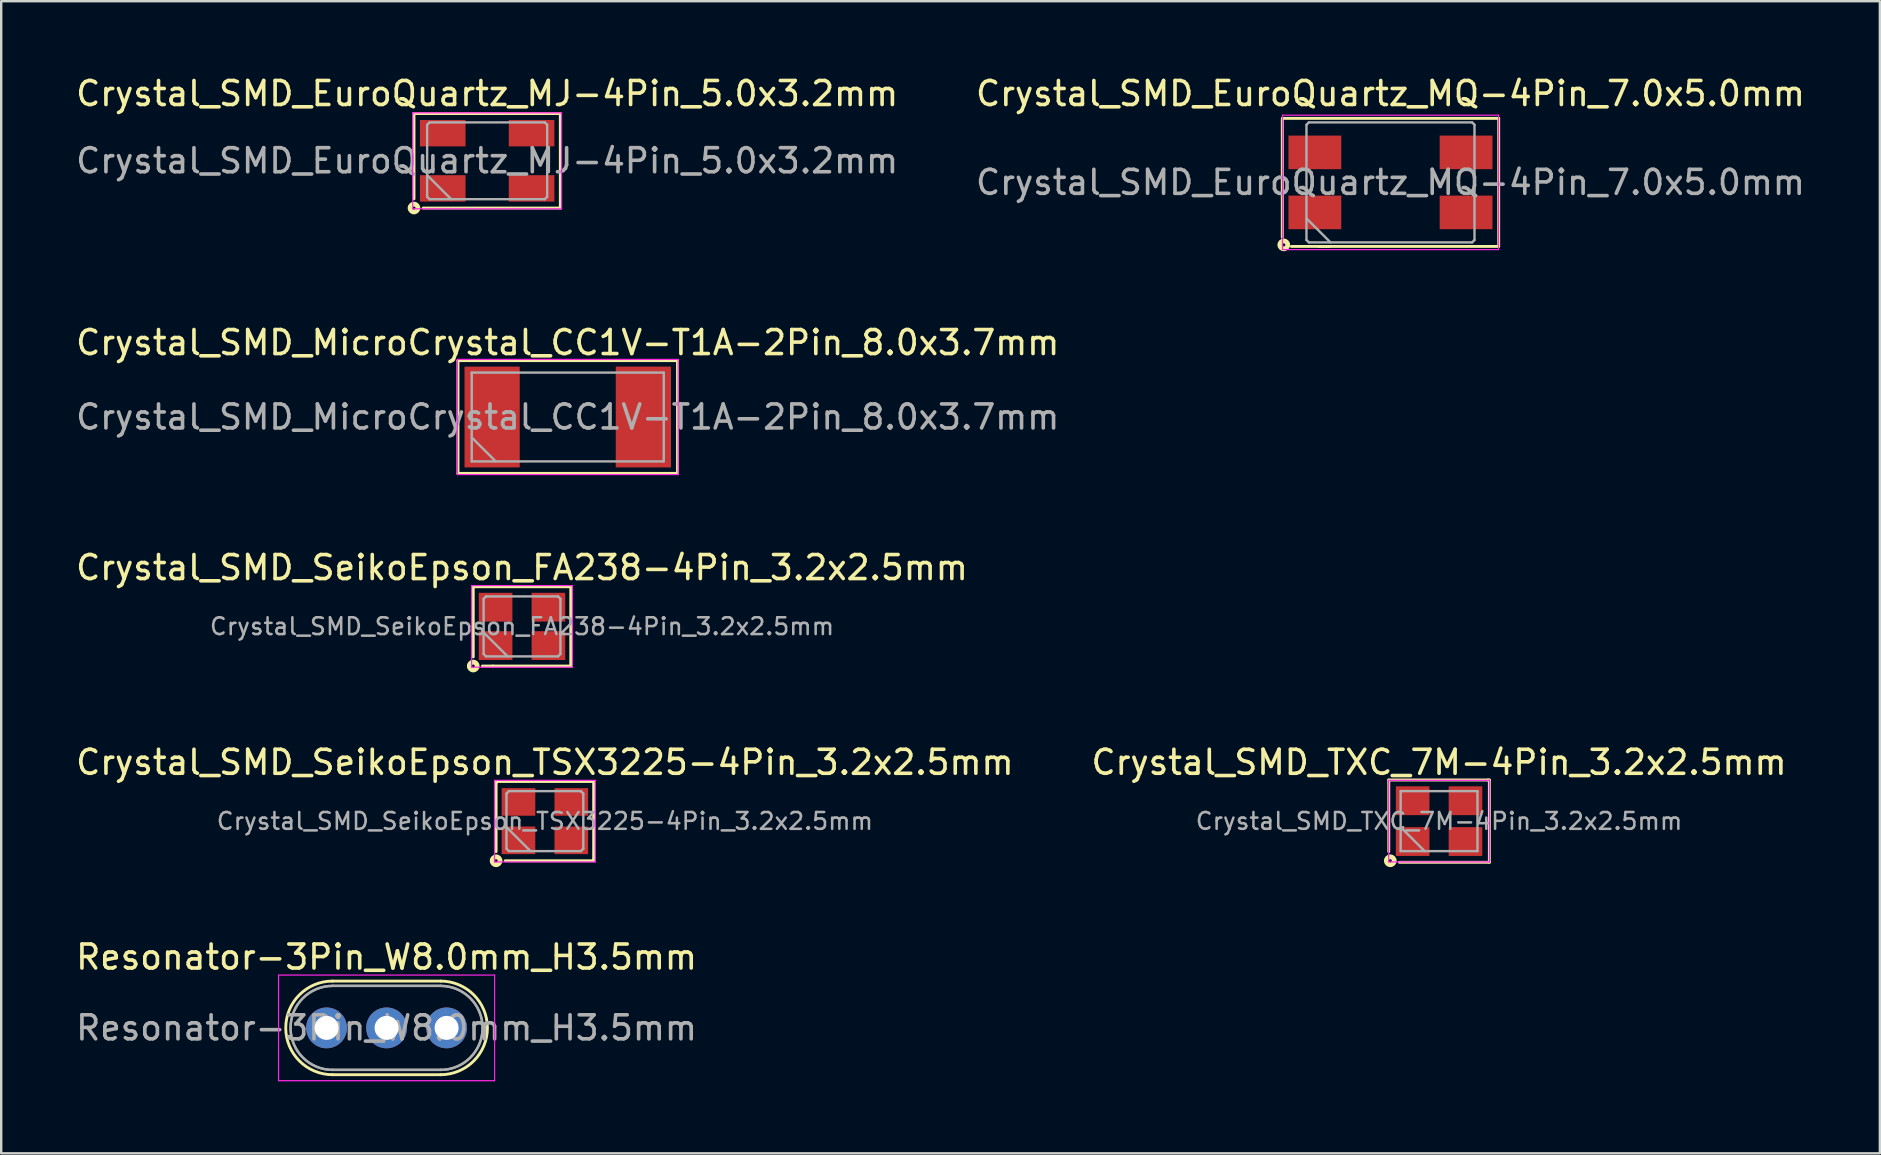
<source format=kicad_pcb>
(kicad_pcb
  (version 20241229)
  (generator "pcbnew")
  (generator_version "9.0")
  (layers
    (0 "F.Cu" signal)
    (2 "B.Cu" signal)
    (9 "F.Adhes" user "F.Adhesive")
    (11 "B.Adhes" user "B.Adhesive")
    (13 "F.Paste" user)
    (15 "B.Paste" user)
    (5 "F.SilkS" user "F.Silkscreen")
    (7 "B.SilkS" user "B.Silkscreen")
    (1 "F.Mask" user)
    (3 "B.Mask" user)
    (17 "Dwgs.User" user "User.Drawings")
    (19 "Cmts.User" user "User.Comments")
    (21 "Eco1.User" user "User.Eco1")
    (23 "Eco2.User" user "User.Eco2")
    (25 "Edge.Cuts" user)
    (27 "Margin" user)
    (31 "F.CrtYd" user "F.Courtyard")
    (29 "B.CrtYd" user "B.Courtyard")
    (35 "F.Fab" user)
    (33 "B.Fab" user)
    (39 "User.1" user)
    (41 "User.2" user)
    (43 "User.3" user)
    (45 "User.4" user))
  (footprint "Crystal_SMD_EuroQuartz_MQ-4Pin_7.0x5.0mm"
    (layer "F.Cu")
    (at 54.875 4.548)
    (property "Reference" "Crystal_SMD_EuroQuartz_MQ-4Pin_7.0x5.0mm" (at 0 -3.7 0) (layer "F.SilkS") (effects (font (size 1 1) (thickness 0.15))))
    (attr smd)
    (fp_line (start -4.508 -2.667) (end 4.508 -2.667) (stroke (width 0.12) (type solid)) (layer "F.SilkS"))
    (fp_line (start -4.508 -2.603) (end -4.508 2.286) (stroke (width 0.12) (type solid)) (layer "F.SilkS"))
    (fp_line (start -2.54 2.667) (end -4.128 2.667) (stroke (width 0.12) (type solid)) (layer "F.SilkS"))
    (fp_line (start 4.508 -2.667) (end 4.508 2.667) (stroke (width 0.12) (type solid)) (layer "F.SilkS"))
    (fp_line (start 4.508 2.667) (end -2.985 2.667) (stroke (width 0.12) (type solid)) (layer "F.SilkS"))
    (fp_circle (center -4.445 2.603) (end -4.381 2.603) (stroke (width 0.2) (type solid)) (fill no) (layer "F.SilkS"))
    (fp_line (start -4.5 -2.8) (end -4.5 2.8) (stroke (width 0.05) (type solid)) (layer "F.CrtYd"))
    (fp_line (start -4.5 2.8) (end 4.5 2.8) (stroke (width 0.05) (type solid)) (layer "F.CrtYd"))
    (fp_line (start 4.5 -2.8) (end -4.5 -2.8) (stroke (width 0.05) (type solid)) (layer "F.CrtYd"))
    (fp_line (start 4.5 2.8) (end 4.5 -2.8) (stroke (width 0.05) (type solid)) (layer "F.CrtYd"))
    (fp_line (start -3.5 -2.4) (end -3.4 -2.5) (stroke (width 0.1) (type solid)) (layer "F.Fab"))
    (fp_line (start -3.5 1.5) (end -2.5 2.5) (stroke (width 0.1) (type solid)) (layer "F.Fab"))
    (fp_line (start -3.5 2.4) (end -3.5 -2.4) (stroke (width 0.1) (type solid)) (layer "F.Fab"))
    (fp_line (start -3.4 -2.5) (end 3.4 -2.5) (stroke (width 0.1) (type solid)) (layer "F.Fab"))
    (fp_line (start -3.4 2.5) (end -3.5 2.4) (stroke (width 0.1) (type solid)) (layer "F.Fab"))
    (fp_line (start 3.4 -2.5) (end 3.5 -2.4) (stroke (width 0.1) (type solid)) (layer "F.Fab"))
    (fp_line (start 3.4 2.5) (end -3.4 2.5) (stroke (width 0.1) (type solid)) (layer "F.Fab"))
    (fp_line (start 3.5 -2.4) (end 3.5 2.4) (stroke (width 0.1) (type solid)) (layer "F.Fab"))
    (fp_line (start 3.5 2.4) (end 3.4 2.5) (stroke (width 0.1) (type solid)) (layer "F.Fab"))
    (fp_text user "${REFERENCE}" (at 0 0 0) (layer "F.Fab") (effects (font (size 1 1) (thickness 0.15))))
    (pad "1" smd rect (at -3.15 1.25) (size 2.2 1.4) (layers "F.Cu" "F.Mask" "F.Paste"))
    (pad "2" smd rect (at 3.15 1.25) (size 2.2 1.4) (layers "F.Cu" "F.Mask" "F.Paste"))
    (pad "3" smd rect (at 3.15 -1.25) (size 2.2 1.4) (layers "F.Cu" "F.Mask" "F.Paste"))
    (pad "4" smd rect (at -3.15 -1.25) (size 2.2 1.4) (layers "F.Cu" "F.Mask" "F.Paste")))
  (footprint "Crystal_SMD_EuroQuartz_MJ-4Pin_5.0x3.2mm"
    (layer "F.Cu")
    (at 17.244 3.648)
    (property "Reference" "Crystal_SMD_EuroQuartz_MJ-4Pin_5.0x3.2mm" (at 0 -2.8 0) (layer "F.SilkS") (effects (font (size 1 1) (thickness 0.15))))
    (attr smd)
    (fp_line (start -3.048 -1.968) (end 3.048 -1.968) (stroke (width 0.12) (type solid)) (layer "F.SilkS"))
    (fp_line (start -3.048 1.587) (end -3.048 -1.968) (stroke (width 0.12) (type solid)) (layer "F.SilkS"))
    (fp_line (start 3.048 -1.968) (end 3.048 1.968) (stroke (width 0.12) (type solid)) (layer "F.SilkS"))
    (fp_line (start 3.048 1.968) (end -2.667 1.968) (stroke (width 0.12) (type solid)) (layer "F.SilkS"))
    (fp_circle (center -3.048 1.968) (end -2.985 1.968) (stroke (width 0.2) (type solid)) (fill no) (layer "F.SilkS"))
    (fp_line (start -3.1 -2) (end -3.1 2) (stroke (width 0.05) (type solid)) (layer "F.CrtYd"))
    (fp_line (start -3.1 2) (end 3.1 2) (stroke (width 0.05) (type solid)) (layer "F.CrtYd"))
    (fp_line (start 3.1 -2) (end -3.1 -2) (stroke (width 0.05) (type solid)) (layer "F.CrtYd"))
    (fp_line (start 3.1 2) (end 3.1 -2) (stroke (width 0.05) (type solid)) (layer "F.CrtYd"))
    (fp_line (start -2.5 -1.5) (end -2.4 -1.6) (stroke (width 0.1) (type solid)) (layer "F.Fab"))
    (fp_line (start -2.5 0.6) (end -1.5 1.6) (stroke (width 0.1) (type solid)) (layer "F.Fab"))
    (fp_line (start -2.5 1.5) (end -2.5 -1.5) (stroke (width 0.1) (type solid)) (layer "F.Fab"))
    (fp_line (start -2.4 -1.6) (end 2.4 -1.6) (stroke (width 0.1) (type solid)) (layer "F.Fab"))
    (fp_line (start -2.4 1.6) (end -2.5 1.5) (stroke (width 0.1) (type solid)) (layer "F.Fab"))
    (fp_line (start 2.4 -1.6) (end 2.5 -1.5) (stroke (width 0.1) (type solid)) (layer "F.Fab"))
    (fp_line (start 2.4 1.6) (end -2.4 1.6) (stroke (width 0.1) (type solid)) (layer "F.Fab"))
    (fp_line (start 2.5 -1.5) (end 2.5 1.5) (stroke (width 0.1) (type solid)) (layer "F.Fab"))
    (fp_line (start 2.5 1.5) (end 2.4 1.6) (stroke (width 0.1) (type solid)) (layer "F.Fab"))
    (fp_text user "${REFERENCE}" (at 0 0 0) (layer "F.Fab") (effects (font (size 1 1) (thickness 0.15))))
    (pad "1" smd rect (at -1.85 1.15) (size 1.9 1.1) (layers "F.Cu" "F.Mask" "F.Paste"))
    (pad "2" smd rect (at 1.85 1.15) (size 1.9 1.1) (layers "F.Cu" "F.Mask" "F.Paste"))
    (pad "3" smd rect (at 1.85 -1.15) (size 1.9 1.1) (layers "F.Cu" "F.Mask" "F.Paste"))
    (pad "4" smd rect (at -1.85 -1.15) (size 1.9 1.1) (layers "F.Cu" "F.Mask" "F.Paste")))
  (footprint "Crystal_SMD_SeikoEpson_TSX3225-4Pin_3.2x2.5mm"
    (layer "F.Cu")
    (at 19.649 31.157)
    (property "Reference" "Crystal_SMD_SeikoEpson_TSX3225-4Pin_3.2x2.5mm" (at 0 -2.45 0) (layer "F.SilkS") (effects (font (size 1 1) (thickness 0.15))))
    (attr smd)
    (fp_line (start -2.032 -1.651) (end 2.032 -1.651) (stroke (width 0.12) (type solid)) (layer "F.SilkS"))
    (fp_line (start -2.032 -1.587) (end -2.032 -1.651) (stroke (width 0.12) (type solid)) (layer "F.SilkS"))
    (fp_line (start -2.032 1.27) (end -2.032 -1.587) (stroke (width 0.12) (type solid)) (layer "F.SilkS"))
    (fp_line (start 2.032 -1.651) (end 2.032 1.587) (stroke (width 0.12) (type solid)) (layer "F.SilkS"))
    (fp_line (start 2.032 1.587) (end 2.032 1.651) (stroke (width 0.12) (type solid)) (layer "F.SilkS"))
    (fp_line (start 2.032 1.651) (end -1.651 1.651) (stroke (width 0.12) (type solid)) (layer "F.SilkS"))
    (fp_circle (center -2.032 1.651) (end -1.968 1.651) (stroke (width 0.2) (type solid)) (fill no) (layer "F.SilkS"))
    (fp_line (start -2.1 -1.7) (end -2.1 1.7) (stroke (width 0.05) (type solid)) (layer "F.CrtYd"))
    (fp_line (start -2.1 1.7) (end 2.1 1.7) (stroke (width 0.05) (type solid)) (layer "F.CrtYd"))
    (fp_line (start 2.1 -1.7) (end -2.1 -1.7) (stroke (width 0.05) (type solid)) (layer "F.CrtYd"))
    (fp_line (start 2.1 1.7) (end 2.1 -1.7) (stroke (width 0.05) (type solid)) (layer "F.CrtYd"))
    (fp_line (start -1.6 -1.15) (end -1.5 -1.25) (stroke (width 0.1) (type solid)) (layer "F.Fab"))
    (fp_line (start -1.6 0.25) (end -0.6 1.25) (stroke (width 0.1) (type solid)) (layer "F.Fab"))
    (fp_line (start -1.6 1.15) (end -1.6 -1.15) (stroke (width 0.1) (type solid)) (layer "F.Fab"))
    (fp_line (start -1.5 -1.25) (end 1.5 -1.25) (stroke (width 0.1) (type solid)) (layer "F.Fab"))
    (fp_line (start -1.5 1.25) (end -1.6 1.15) (stroke (width 0.1) (type solid)) (layer "F.Fab"))
    (fp_line (start 1.5 -1.25) (end 1.6 -1.15) (stroke (width 0.1) (type solid)) (layer "F.Fab"))
    (fp_line (start 1.5 1.25) (end -1.5 1.25) (stroke (width 0.1) (type solid)) (layer "F.Fab"))
    (fp_line (start 1.6 -1.15) (end 1.6 1.15) (stroke (width 0.1) (type solid)) (layer "F.Fab"))
    (fp_line (start 1.6 1.15) (end 1.5 1.25) (stroke (width 0.1) (type solid)) (layer "F.Fab"))
    (fp_text user "${REFERENCE}" (at 0 0 0) (layer "F.Fab") (effects (font (size 0.7 0.7) (thickness 0.105))))
    (pad "1" smd rect (at -1.1 0.8) (size 1.4 1.15) (layers "F.Cu" "F.Mask" "F.Paste"))
    (pad "2" smd rect (at 1.1 0.8) (size 1.4 1.15) (layers "F.Cu" "F.Mask" "F.Paste"))
    (pad "3" smd rect (at 1.1 -0.8) (size 1.4 1.15) (layers "F.Cu" "F.Mask" "F.Paste"))
    (pad "4" smd rect (at -1.1 -0.8) (size 1.4 1.15) (layers "F.Cu" "F.Mask" "F.Paste")))
  (footprint "Resonator-3Pin_W8.0mm_H3.5mm"
    (layer "F.Cu")
    (at 10.554 39.77)
    (property "Reference" "Resonator-3Pin_W8.0mm_H3.5mm" (at 2.5 -2.95 0) (layer "F.SilkS") (effects (font (size 1 1) (thickness 0.15))))
    (attr through_hole)
    (fp_line (start 0.25 -1.95) (end 4.75 -1.95) (stroke (width 0.12) (type solid)) (layer "F.SilkS"))
    (fp_line (start 0.25 1.95) (end 4.75 1.95) (stroke (width 0.12) (type solid)) (layer "F.SilkS"))
    (fp_arc (start 0.25 1.95) (mid -1.7 0) (end 0.25 -1.95) (stroke (width 0.12) (type solid)) (layer "F.SilkS"))
    (fp_arc (start 4.75 -1.95) (mid 6.7 0) (end 4.75 1.95) (stroke (width 0.12) (type solid)) (layer "F.SilkS"))
    (fp_line (start -2 -2.2) (end -2 2.2) (stroke (width 0.05) (type solid)) (layer "F.CrtYd"))
    (fp_line (start -2 2.2) (end 7 2.2) (stroke (width 0.05) (type solid)) (layer "F.CrtYd"))
    (fp_line (start 7 -2.2) (end -2 -2.2) (stroke (width 0.05) (type solid)) (layer "F.CrtYd"))
    (fp_line (start 7 2.2) (end 7 -2.2) (stroke (width 0.05) (type solid)) (layer "F.CrtYd"))
    (fp_line (start 0.25 -1.75) (end 4.75 -1.75) (stroke (width 0.1) (type solid)) (layer "F.Fab"))
    (fp_line (start 0.25 -1.75) (end 4.75 -1.75) (stroke (width 0.1) (type solid)) (layer "F.Fab"))
    (fp_line (start 0.25 1.75) (end 4.75 1.75) (stroke (width 0.1) (type solid)) (layer "F.Fab"))
    (fp_line (start 0.25 1.75) (end 4.75 1.75) (stroke (width 0.1) (type solid)) (layer "F.Fab"))
    (fp_arc (start 0.25 1.75) (mid -1.5 0) (end 0.25 -1.75) (stroke (width 0.1) (type solid)) (layer "F.Fab"))
    (fp_arc (start 0.25 1.75) (mid -1.5 0) (end 0.25 -1.75) (stroke (width 0.1) (type solid)) (layer "F.Fab"))
    (fp_arc (start 4.75 -1.75) (mid 6.5 0) (end 4.75 1.75) (stroke (width 0.1) (type solid)) (layer "F.Fab"))
    (fp_arc (start 4.75 -1.75) (mid 6.5 0) (end 4.75 1.75) (stroke (width 0.1) (type solid)) (layer "F.Fab"))
    (fp_text user "${REFERENCE}" (at 2.5 0 0) (layer "F.Fab") (effects (font (size 1 1) (thickness 0.15))))
    (pad "1" thru_hole circle (at 0 0) (size 1.7 1.7) (drill 1) (layers "*.Cu" "*.Mask"))
    (pad "2" thru_hole circle (at 2.5 0) (size 1.7 1.7) (drill 1) (layers "*.Cu" "*.Mask"))
    (pad "3" thru_hole circle (at 5 0) (size 1.7 1.7) (drill 1) (layers "*.Cu" "*.Mask")))
  (footprint "Crystal_SMD_SeikoEpson_FA238-4Pin_3.2x2.5mm"
    (layer "F.Cu")
    (at 18.696 23.045)
    (property "Reference" "Crystal_SMD_SeikoEpson_FA238-4Pin_3.2x2.5mm" (at 0 -2.45 0) (layer "F.SilkS") (effects (font (size 1 1) (thickness 0.15))))
    (attr smd)
    (fp_line (start -2.032 -1.651) (end 2.032 -1.651) (stroke (width 0.12) (type solid)) (layer "F.SilkS"))
    (fp_line (start -2.032 1.27) (end -2.032 -1.651) (stroke (width 0.12) (type solid)) (layer "F.SilkS"))
    (fp_line (start -1.651 1.651) (end -1.206 1.651) (stroke (width 0.12) (type solid)) (layer "F.SilkS"))
    (fp_line (start 2.032 -1.651) (end 2.032 1.651) (stroke (width 0.12) (type solid)) (layer "F.SilkS"))
    (fp_line (start 2.032 1.651) (end -1.206 1.651) (stroke (width 0.12) (type solid)) (layer "F.SilkS"))
    (fp_circle (center -2.032 1.651) (end -1.968 1.651) (stroke (width 0.2) (type solid)) (fill no) (layer "F.SilkS"))
    (fp_line (start -2.1 -1.7) (end -2.1 1.7) (stroke (width 0.05) (type solid)) (layer "F.CrtYd"))
    (fp_line (start -2.1 1.7) (end 2.1 1.7) (stroke (width 0.05) (type solid)) (layer "F.CrtYd"))
    (fp_line (start 2.1 -1.7) (end -2.1 -1.7) (stroke (width 0.05) (type solid)) (layer "F.CrtYd"))
    (fp_line (start 2.1 1.7) (end 2.1 -1.7) (stroke (width 0.05) (type solid)) (layer "F.CrtYd"))
    (fp_line (start -1.6 -1.15) (end -1.5 -1.25) (stroke (width 0.1) (type solid)) (layer "F.Fab"))
    (fp_line (start -1.6 0.25) (end -0.6 1.25) (stroke (width 0.1) (type solid)) (layer "F.Fab"))
    (fp_line (start -1.6 1.15) (end -1.6 -1.15) (stroke (width 0.1) (type solid)) (layer "F.Fab"))
    (fp_line (start -1.5 -1.25) (end 1.5 -1.25) (stroke (width 0.1) (type solid)) (layer "F.Fab"))
    (fp_line (start -1.5 1.25) (end -1.6 1.15) (stroke (width 0.1) (type solid)) (layer "F.Fab"))
    (fp_line (start 1.5 -1.25) (end 1.6 -1.15) (stroke (width 0.1) (type solid)) (layer "F.Fab"))
    (fp_line (start 1.5 1.25) (end -1.5 1.25) (stroke (width 0.1) (type solid)) (layer "F.Fab"))
    (fp_line (start 1.6 -1.15) (end 1.6 1.15) (stroke (width 0.1) (type solid)) (layer "F.Fab"))
    (fp_line (start 1.6 1.15) (end 1.5 1.25) (stroke (width 0.1) (type solid)) (layer "F.Fab"))
    (fp_text user "${REFERENCE}" (at 0 0 0) (layer "F.Fab") (effects (font (size 0.7 0.7) (thickness 0.105))))
    (pad "1" smd rect (at -1.1 0.8) (size 1.4 1.2) (layers "F.Cu" "F.Mask" "F.Paste"))
    (pad "2" smd rect (at 1.1 0.8) (size 1.4 1.2) (layers "F.Cu" "F.Mask" "F.Paste"))
    (pad "3" smd rect (at 1.1 -0.8) (size 1.4 1.2) (layers "F.Cu" "F.Mask" "F.Paste"))
    (pad "4" smd rect (at -1.1 -0.8) (size 1.4 1.2) (layers "F.Cu" "F.Mask" "F.Paste")))
  (footprint "Crystal_SMD_TXC_7M-4Pin_3.2x2.5mm"
    (layer "F.Cu")
    (at 56.899 31.157)
    (property "Reference" "Crystal_SMD_TXC_7M-4Pin_3.2x2.5mm" (at 0 -2.45 0) (layer "F.SilkS") (effects (font (size 1 1) (thickness 0.15))))
    (attr smd)
    (fp_line (start -2.095 -1.714) (end 2.032 -1.714) (stroke (width 0.12) (type solid)) (layer "F.SilkS"))
    (fp_line (start -2.095 1.27) (end -2.095 -1.714) (stroke (width 0.12) (type solid)) (layer "F.SilkS"))
    (fp_line (start 2.032 -1.714) (end 2.095 -1.714) (stroke (width 0.12) (type solid)) (layer "F.SilkS"))
    (fp_line (start 2.095 -1.714) (end 2.095 1.714) (stroke (width 0.12) (type solid)) (layer "F.SilkS"))
    (fp_line (start 2.095 1.714) (end -1.651 1.714) (stroke (width 0.12) (type solid)) (layer "F.SilkS"))
    (fp_circle (center -2.032 1.651) (end -1.968 1.651) (stroke (width 0.2) (type solid)) (fill no) (layer "F.SilkS"))
    (fp_line (start -2.1 -1.7) (end -2.1 1.7) (stroke (width 0.05) (type solid)) (layer "F.CrtYd"))
    (fp_line (start -2.1 1.7) (end 2.1 1.7) (stroke (width 0.05) (type solid)) (layer "F.CrtYd"))
    (fp_line (start 2.1 -1.7) (end -2.1 -1.7) (stroke (width 0.05) (type solid)) (layer "F.CrtYd"))
    (fp_line (start 2.1 1.7) (end 2.1 -1.7) (stroke (width 0.05) (type solid)) (layer "F.CrtYd"))
    (fp_line (start -1.6 -1.25) (end -1.6 1.25) (stroke (width 0.1) (type solid)) (layer "F.Fab"))
    (fp_line (start -1.6 0.25) (end -0.6 1.25) (stroke (width 0.1) (type solid)) (layer "F.Fab"))
    (fp_line (start -1.6 1.25) (end 1.6 1.25) (stroke (width 0.1) (type solid)) (layer "F.Fab"))
    (fp_line (start 1.6 -1.25) (end -1.6 -1.25) (stroke (width 0.1) (type solid)) (layer "F.Fab"))
    (fp_line (start 1.6 1.25) (end 1.6 -1.25) (stroke (width 0.1) (type solid)) (layer "F.Fab"))
    (fp_text user "${REFERENCE}" (at 0 0 0) (layer "F.Fab") (effects (font (size 0.7 0.7) (thickness 0.105))))
    (pad "1" smd rect (at -1.1 0.85) (size 1.4 1.2) (layers "F.Cu" "F.Mask" "F.Paste"))
    (pad "2" smd rect (at 1.1 0.85) (size 1.4 1.2) (layers "F.Cu" "F.Mask" "F.Paste"))
    (pad "3" smd rect (at 1.1 -0.85) (size 1.4 1.2) (layers "F.Cu" "F.Mask" "F.Paste"))
    (pad "4" smd rect (at -1.1 -0.85) (size 1.4 1.2) (layers "F.Cu" "F.Mask" "F.Paste")))
  (footprint "Crystal_SMD_MicroCrystal_CC1V-T1A-2Pin_8.0x3.7mm"
    (layer "F.Cu")
    (at 20.601 14.322)
    (property "Reference" "Crystal_SMD_MicroCrystal_CC1V-T1A-2Pin_8.0x3.7mm" (at 0 -3.1 0) (layer "F.SilkS") (effects (font (size 1 1) (thickness 0.15))))
    (attr smd)
    (fp_line (start -4.572 -2.349) (end -4.572 2.349) (stroke (width 0.12) (type solid)) (layer "F.SilkS"))
    (fp_line (start -4.572 2.349) (end 4.572 2.349) (stroke (width 0.12) (type solid)) (layer "F.SilkS"))
    (fp_line (start 4.572 -2.349) (end -4.572 -2.349) (stroke (width 0.12) (type solid)) (layer "F.SilkS"))
    (fp_line (start 4.572 2.349) (end 4.572 -2.349) (stroke (width 0.12) (type solid)) (layer "F.SilkS"))
    (fp_line (start -4.6 -2.4) (end -4.6 2.4) (stroke (width 0.05) (type solid)) (layer "F.CrtYd"))
    (fp_line (start -4.6 2.4) (end 4.6 2.4) (stroke (width 0.05) (type solid)) (layer "F.CrtYd"))
    (fp_line (start 4.6 -2.4) (end -4.6 -2.4) (stroke (width 0.05) (type solid)) (layer "F.CrtYd"))
    (fp_line (start 4.6 2.4) (end 4.6 -2.4) (stroke (width 0.05) (type solid)) (layer "F.CrtYd"))
    (fp_line (start -4 -1.85) (end -4 1.85) (stroke (width 0.1) (type solid)) (layer "F.Fab"))
    (fp_line (start -4 0.85) (end -3 1.85) (stroke (width 0.1) (type solid)) (layer "F.Fab"))
    (fp_line (start -4 1.85) (end 4 1.85) (stroke (width 0.1) (type solid)) (layer "F.Fab"))
    (fp_line (start 4 -1.85) (end -4 -1.85) (stroke (width 0.1) (type solid)) (layer "F.Fab"))
    (fp_line (start 4 1.85) (end 4 -1.85) (stroke (width 0.1) (type solid)) (layer "F.Fab"))
    (fp_text user "${REFERENCE}" (at 0 0 0) (layer "F.Fab") (effects (font (size 1 1) (thickness 0.15))))
    (pad "1" smd rect (at -3.15 0) (size 2.3 4.2) (layers "F.Cu" "F.Mask" "F.Paste"))
    (pad "2" smd rect (at 3.15 0) (size 2.3 4.2) (layers "F.Cu" "F.Mask" "F.Paste")))
  (gr_rect
    (start -3 -3)
    (end 75.262 44.995)
    (stroke (width 0.1) (type default))
    (fill no)
    (layer "Edge.Cuts")))
</source>
